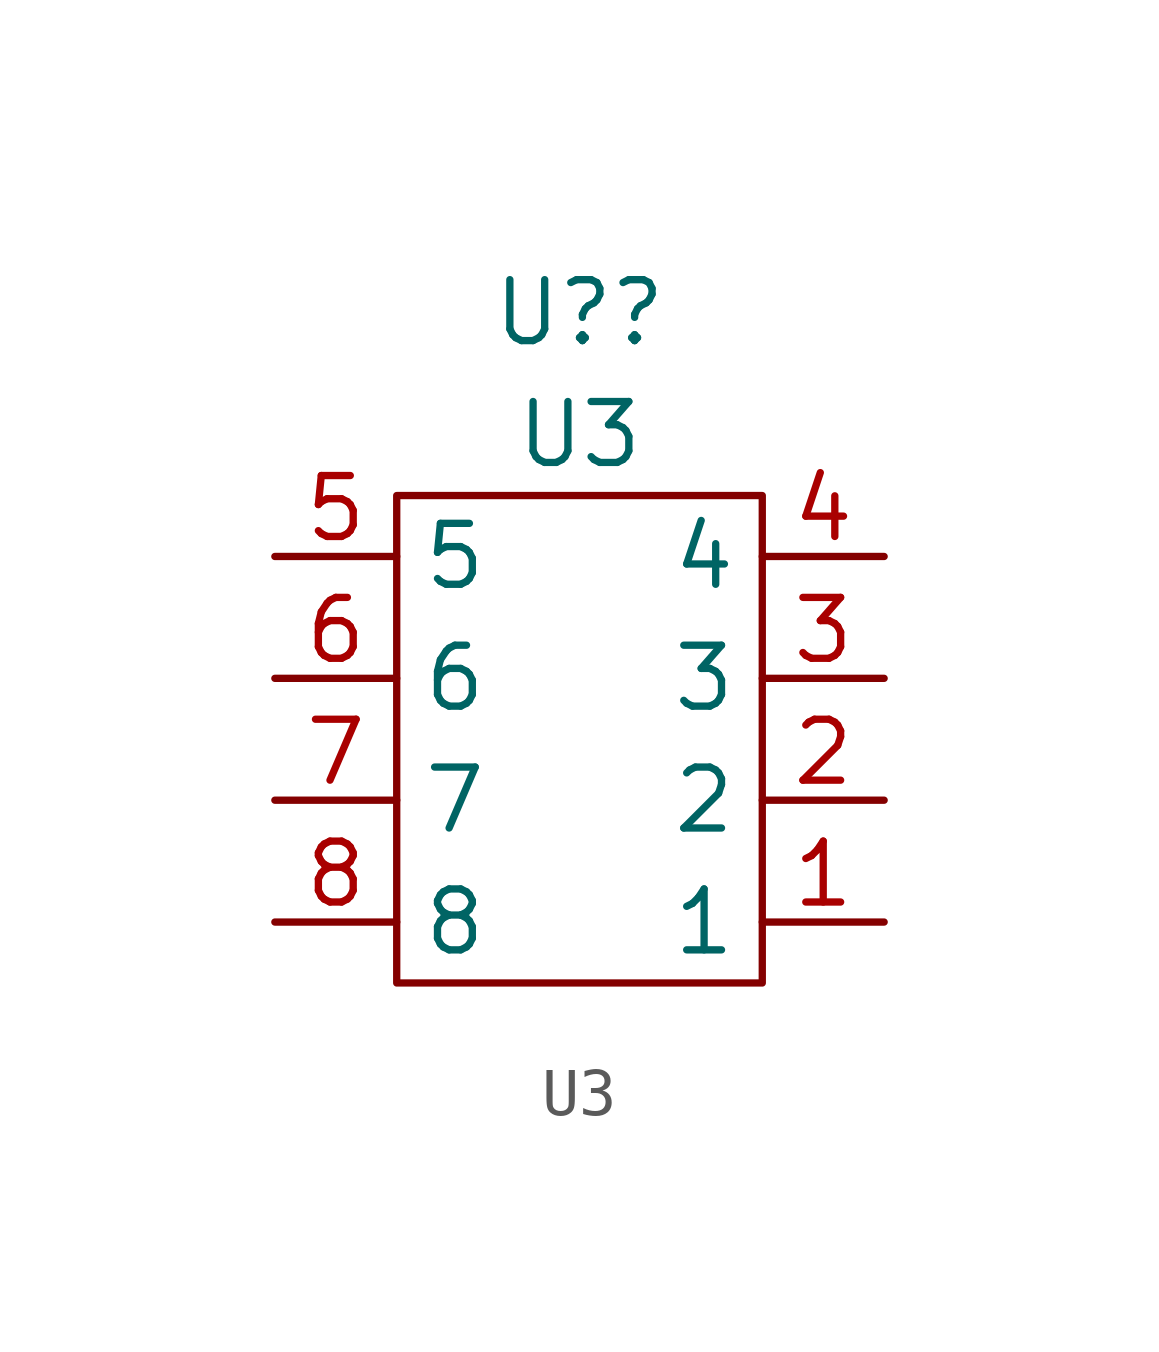
<source format=kicad_sym>
(kicad_symbol_lib
  (version 20211014)
  (generator kicad_symbol_editor)
  (symbol "U3"
    (property "Reference" "U?"
      (at 0 10.16 0)
      (effects (font (size 1.27 1.27))))
    (property "Value" "U3"
      (at 0 7.62 0)
      (effects (font (size 1.27 1.27))))
    (symbol "U3_0_1"
      (rectangle (start -3.81 6.35) (end 3.81 -3.81) (stroke (width 0) (type default) (color 0 0 0 0)) (fill (type none))))
    (symbol "U3_1_1"
      (pin input line (at 6.35 -2.54 180) (length 2.54) (name "1" (effects (font (size 1.27 1.27)))) (number "1" (effects (font (size 1.27 1.27)))))
      (pin input line (at 6.35 0 180) (length 2.54) (name "2" (effects (font (size 1.27 1.27)))) (number "2" (effects (font (size 1.27 1.27)))))
      (pin input line (at 6.35 2.54 180) (length 2.54) (name "3" (effects (font (size 1.27 1.27)))) (number "3" (effects (font (size 1.27 1.27)))))
      (pin input line (at 6.35 5.08 180) (length 2.54) (name "4" (effects (font (size 1.27 1.27)))) (number "4" (effects (font (size 1.27 1.27)))))
      (pin input line (at -6.35 5.08 0) (length 2.54) (name "5" (effects (font (size 1.27 1.27)))) (number "5" (effects (font (size 1.27 1.27)))))
      (pin input line (at -6.35 2.54 0) (length 2.54) (name "6" (effects (font (size 1.27 1.27)))) (number "6" (effects (font (size 1.27 1.27)))))
      (pin input line (at -6.35 0 0) (length 2.54) (name "7" (effects (font (size 1.27 1.27)))) (number "7" (effects (font (size 1.27 1.27)))))
      (pin input line (at -6.35 -2.54 0) (length 2.54) (name "8" (effects (font (size 1.27 1.27)))) (number "8" (effects (font (size 1.27 1.27))))))))
</source>
